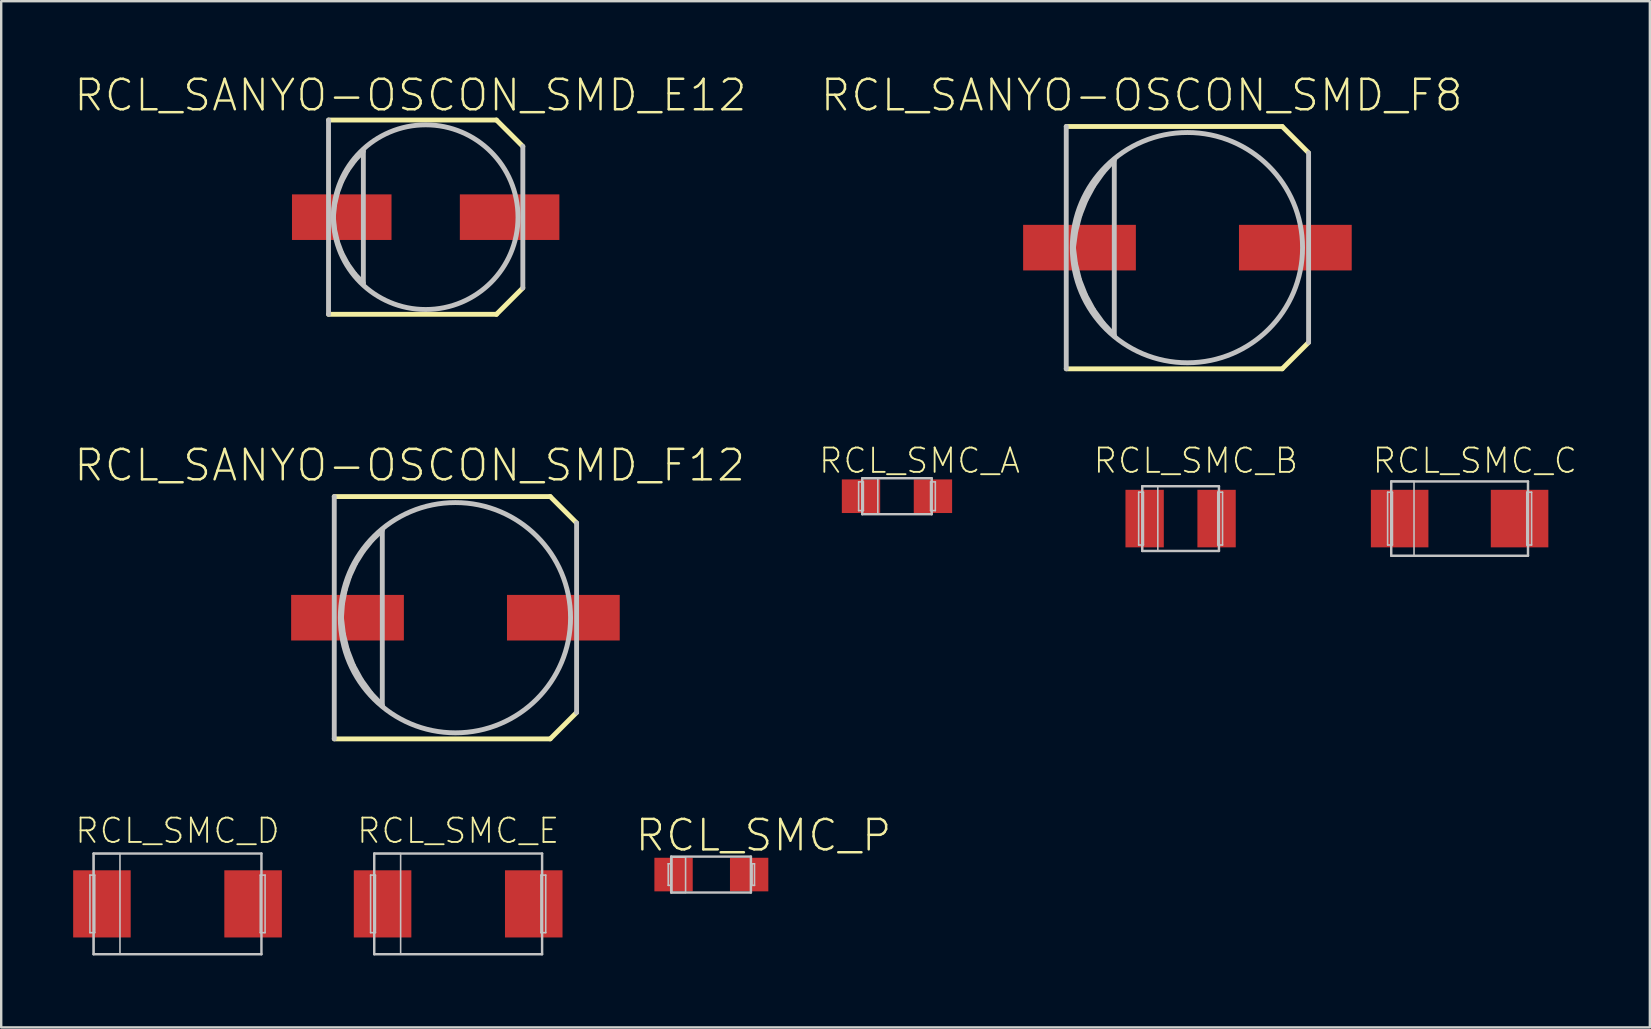
<source format=kicad_pcb>
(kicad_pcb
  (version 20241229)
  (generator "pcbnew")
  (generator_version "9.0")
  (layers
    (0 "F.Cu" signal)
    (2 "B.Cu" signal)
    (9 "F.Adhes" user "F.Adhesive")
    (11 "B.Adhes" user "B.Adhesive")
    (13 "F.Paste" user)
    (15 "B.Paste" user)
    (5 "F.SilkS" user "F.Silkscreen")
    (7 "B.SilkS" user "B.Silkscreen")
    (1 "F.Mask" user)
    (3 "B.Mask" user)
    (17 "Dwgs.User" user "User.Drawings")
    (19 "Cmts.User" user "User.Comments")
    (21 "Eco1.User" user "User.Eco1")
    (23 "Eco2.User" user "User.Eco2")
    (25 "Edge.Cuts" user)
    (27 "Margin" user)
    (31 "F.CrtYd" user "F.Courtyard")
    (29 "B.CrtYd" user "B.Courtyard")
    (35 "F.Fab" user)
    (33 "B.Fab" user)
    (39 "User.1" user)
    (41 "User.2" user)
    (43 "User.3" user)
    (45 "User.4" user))
  (footprint "RCL_SMC_A"
    (layer "F.Cu")
    (at 34.333 17.631)
    (property "Reference" "RCL_SMC_A" (at 0.94 -1.481 0) (layer "F.SilkS") (effects (font (size 1.016 1.016) (thickness 0.076))))
    (attr smd)
    (fp_line (start -1.598 -0.599) (end -1.4 -0.599) (stroke (width 0.066) (type solid)) (layer "Dwgs.User"))
    (fp_line (start -1.598 0.599) (end -1.598 -0.599) (stroke (width 0.066) (type solid)) (layer "Dwgs.User"))
    (fp_line (start -1.598 0.599) (end -1.4 0.599) (stroke (width 0.066) (type solid)) (layer "Dwgs.User"))
    (fp_line (start -1.448 -0.749) (end -0.798 -0.749) (stroke (width 0.066) (type solid)) (layer "Dwgs.User"))
    (fp_line (start -1.448 -0.749) (end 1.448 -0.749) (stroke (width 0.102) (type solid)) (layer "Dwgs.User"))
    (fp_line (start -1.448 0.749) (end -1.448 -0.749) (stroke (width 0.066) (type solid)) (layer "Dwgs.User"))
    (fp_line (start -1.448 0.749) (end -1.448 -0.749) (stroke (width 0.102) (type solid)) (layer "Dwgs.User"))
    (fp_line (start -1.448 0.749) (end -0.798 0.749) (stroke (width 0.066) (type solid)) (layer "Dwgs.User"))
    (fp_line (start -1.4 0.599) (end -1.4 -0.599) (stroke (width 0.066) (type solid)) (layer "Dwgs.User"))
    (fp_line (start -0.798 0.749) (end -0.798 -0.749) (stroke (width 0.066) (type solid)) (layer "Dwgs.User"))
    (fp_line (start 1.4 -0.599) (end 1.598 -0.599) (stroke (width 0.066) (type solid)) (layer "Dwgs.User"))
    (fp_line (start 1.4 0.599) (end 1.4 -0.599) (stroke (width 0.066) (type solid)) (layer "Dwgs.User"))
    (fp_line (start 1.4 0.599) (end 1.598 0.599) (stroke (width 0.066) (type solid)) (layer "Dwgs.User"))
    (fp_line (start 1.448 -0.749) (end 1.448 0.749) (stroke (width 0.102) (type solid)) (layer "Dwgs.User"))
    (fp_line (start 1.448 0.749) (end -1.448 0.749) (stroke (width 0.102) (type solid)) (layer "Dwgs.User"))
    (fp_line (start 1.598 0.599) (end 1.598 -0.599) (stroke (width 0.066) (type solid)) (layer "Dwgs.User"))
    (pad "+" smd rect (at -1.499 0) (size 1.598 1.4) (layers "F.Cu" "F.Mask" "F.Paste"))
    (pad "-" smd rect (at 1.499 0 180) (size 1.598 1.4) (layers "F.Cu" "F.Mask" "F.Paste")))
  (footprint "RCL_SANYO-OSCON_SMD_F12"
    (layer "F.Cu")
    (at 15.931 22.694)
    (property "Reference" "RCL_SANYO-OSCON_SMD_F12" (at -1.905 -6.35 0) (layer "F.SilkS") (effects (font (size 1.27 1.27) (thickness 0.102))))
    (attr smd)
    (fp_line (start -5.05 -5.05) (end 3.95 -5.05) (stroke (width 0.203) (type solid)) (layer "F.SilkS"))
    (fp_line (start 3.95 -5.05) (end 5.05 -3.95) (stroke (width 0.203) (type solid)) (layer "F.SilkS"))
    (fp_line (start 3.95 5.05) (end -5.05 5.05) (stroke (width 0.203) (type solid)) (layer "F.SilkS"))
    (fp_line (start 5.05 3.95) (end 3.95 5.05) (stroke (width 0.203) (type solid)) (layer "F.SilkS"))
    (fp_line (start -5.05 5.05) (end -5.05 -5.05) (stroke (width 0.203) (type solid)) (layer "Dwgs.User"))
    (fp_line (start -4.75 0) (end -4.669 0.681) (stroke (width 0.203) (type solid)) (layer "Dwgs.User"))
    (fp_line (start -4.707 -0.589) (end -4.75 0) (stroke (width 0.203) (type solid)) (layer "Dwgs.User"))
    (fp_line (start -4.669 0.681) (end -4.503 1.349) (stroke (width 0.203) (type solid)) (layer "Dwgs.User"))
    (fp_line (start -4.592 -1.171) (end -4.707 -0.589) (stroke (width 0.203) (type solid)) (layer "Dwgs.User"))
    (fp_line (start -4.503 1.349) (end -4.255 1.989) (stroke (width 0.203) (type solid)) (layer "Dwgs.User"))
    (fp_line (start -4.409 -1.735) (end -4.592 -1.171) (stroke (width 0.203) (type solid)) (layer "Dwgs.User"))
    (fp_line (start -4.255 1.989) (end -3.924 2.593) (stroke (width 0.203) (type solid)) (layer "Dwgs.User"))
    (fp_line (start -4.161 -2.271) (end -4.409 -1.735) (stroke (width 0.203) (type solid)) (layer "Dwgs.User"))
    (fp_line (start -3.924 2.593) (end -3.52 3.15) (stroke (width 0.203) (type solid)) (layer "Dwgs.User"))
    (fp_line (start -3.846 -2.774) (end -4.161 -2.271) (stroke (width 0.203) (type solid)) (layer "Dwgs.User"))
    (fp_line (start -3.52 3.15) (end -3.048 3.65) (stroke (width 0.203) (type solid)) (layer "Dwgs.User"))
    (fp_line (start -3.475 -3.236) (end -3.846 -2.774) (stroke (width 0.203) (type solid)) (layer "Dwgs.User"))
    (fp_line (start -3.048 -3.65) (end -3.475 -3.236) (stroke (width 0.203) (type solid)) (layer "Dwgs.User"))
    (fp_line (start -3.048 3.65) (end -3.048 -3.65) (stroke (width 0.203) (type solid)) (layer "Dwgs.User"))
    (fp_line (start 5.05 -3.95) (end 5.05 3.95) (stroke (width 0.203) (type solid)) (layer "Dwgs.User"))
    (fp_circle (center 0 0) (end 0 -4.798) (stroke (width 0.203) (type solid)) (fill no) (layer "Dwgs.User"))
    (pad "+" smd rect (at 4.498 0) (size 4.699 1.9) (layers "F.Cu" "F.Mask" "F.Paste"))
    (pad "-" smd rect (at -4.498 0) (size 4.699 1.9) (layers "F.Cu" "F.Mask" "F.Paste")))
  (footprint "RCL_SMC_E"
    (layer "F.Cu")
    (at 16.045 34.621)
    (property "Reference" "RCL_SMC_E" (at 0 -3.048 0) (layer "F.SilkS") (effects (font (size 1.016 1.016) (thickness 0.076))))
    (attr smd)
    (fp_line (start -3.65 -1.199) (end -3.449 -1.199) (stroke (width 0.066) (type solid)) (layer "Dwgs.User"))
    (fp_line (start -3.65 1.199) (end -3.65 -1.199) (stroke (width 0.066) (type solid)) (layer "Dwgs.User"))
    (fp_line (start -3.65 1.199) (end -3.449 1.199) (stroke (width 0.066) (type solid)) (layer "Dwgs.User"))
    (fp_line (start -3.498 -2.098) (end -2.398 -2.098) (stroke (width 0.066) (type solid)) (layer "Dwgs.User"))
    (fp_line (start -3.498 -2.098) (end 3.498 -2.098) (stroke (width 0.102) (type solid)) (layer "Dwgs.User"))
    (fp_line (start -3.498 2.098) (end -3.498 -2.098) (stroke (width 0.066) (type solid)) (layer "Dwgs.User"))
    (fp_line (start -3.498 2.098) (end -3.498 -2.098) (stroke (width 0.102) (type solid)) (layer "Dwgs.User"))
    (fp_line (start -3.498 2.098) (end -2.398 2.098) (stroke (width 0.066) (type solid)) (layer "Dwgs.User"))
    (fp_line (start -3.449 1.199) (end -3.449 -1.199) (stroke (width 0.066) (type solid)) (layer "Dwgs.User"))
    (fp_line (start -2.398 2.098) (end -2.398 -2.098) (stroke (width 0.066) (type solid)) (layer "Dwgs.User"))
    (fp_line (start 3.449 -1.199) (end 3.65 -1.199) (stroke (width 0.066) (type solid)) (layer "Dwgs.User"))
    (fp_line (start 3.449 1.199) (end 3.449 -1.199) (stroke (width 0.066) (type solid)) (layer "Dwgs.User"))
    (fp_line (start 3.449 1.199) (end 3.65 1.199) (stroke (width 0.066) (type solid)) (layer "Dwgs.User"))
    (fp_line (start 3.498 -2.098) (end 3.498 2.098) (stroke (width 0.102) (type solid)) (layer "Dwgs.User"))
    (fp_line (start 3.498 2.098) (end -3.498 2.098) (stroke (width 0.102) (type solid)) (layer "Dwgs.User"))
    (fp_line (start 3.65 1.199) (end 3.65 -1.199) (stroke (width 0.066) (type solid)) (layer "Dwgs.User"))
    (pad "+" smd rect (at -3.15 0) (size 2.398 2.799) (layers "F.Cu" "F.Mask" "F.Paste"))
    (pad "-" smd rect (at 3.15 0 180) (size 2.398 2.799) (layers "F.Cu" "F.Mask" "F.Paste")))
  (footprint "RCL_SMC_C"
    (layer "F.Cu")
    (at 57.782 18.563)
    (property "Reference" "RCL_SMC_C" (at 0.635 -2.413 0) (layer "F.SilkS") (effects (font (size 1.016 1.016) (thickness 0.076))))
    (attr smd)
    (fp_line (start -3 -1.1) (end -2.799 -1.1) (stroke (width 0.066) (type solid)) (layer "Dwgs.User"))
    (fp_line (start -3 1.1) (end -3 -1.1) (stroke (width 0.066) (type solid)) (layer "Dwgs.User"))
    (fp_line (start -3 1.1) (end -2.799 1.1) (stroke (width 0.066) (type solid)) (layer "Dwgs.User"))
    (fp_line (start -2.85 -1.549) (end -1.9 -1.549) (stroke (width 0.066) (type solid)) (layer "Dwgs.User"))
    (fp_line (start -2.85 -1.549) (end 2.85 -1.549) (stroke (width 0.102) (type solid)) (layer "Dwgs.User"))
    (fp_line (start -2.85 1.549) (end -2.85 -1.549) (stroke (width 0.066) (type solid)) (layer "Dwgs.User"))
    (fp_line (start -2.85 1.549) (end -2.85 -1.549) (stroke (width 0.102) (type solid)) (layer "Dwgs.User"))
    (fp_line (start -2.85 1.549) (end -1.9 1.549) (stroke (width 0.066) (type solid)) (layer "Dwgs.User"))
    (fp_line (start -2.799 1.1) (end -2.799 -1.1) (stroke (width 0.066) (type solid)) (layer "Dwgs.User"))
    (fp_line (start -1.9 1.549) (end -1.9 -1.549) (stroke (width 0.066) (type solid)) (layer "Dwgs.User"))
    (fp_line (start 2.799 -1.1) (end 3 -1.1) (stroke (width 0.066) (type solid)) (layer "Dwgs.User"))
    (fp_line (start 2.799 1.1) (end 2.799 -1.1) (stroke (width 0.066) (type solid)) (layer "Dwgs.User"))
    (fp_line (start 2.799 1.1) (end 3 1.1) (stroke (width 0.066) (type solid)) (layer "Dwgs.User"))
    (fp_line (start 2.85 -1.549) (end 2.85 1.549) (stroke (width 0.102) (type solid)) (layer "Dwgs.User"))
    (fp_line (start 2.85 1.549) (end -2.85 1.549) (stroke (width 0.102) (type solid)) (layer "Dwgs.User"))
    (fp_line (start 3 1.1) (end 3 -1.1) (stroke (width 0.066) (type solid)) (layer "Dwgs.User"))
    (pad "+" smd rect (at -2.499 0) (size 2.398 2.398) (layers "F.Cu" "F.Mask" "F.Paste"))
    (pad "-" smd rect (at 2.499 0 180) (size 2.398 2.398) (layers "F.Cu" "F.Mask" "F.Paste")))
  (footprint "RCL_SANYO-OSCON_SMD_F8"
    (layer "F.Cu")
    (at 46.438 7.271)
    (property "Reference" "RCL_SANYO-OSCON_SMD_F8" (at -1.905 -6.35 0) (layer "F.SilkS") (effects (font (size 1.27 1.27) (thickness 0.102))))
    (attr smd)
    (fp_line (start -5.05 -5.05) (end 3.95 -5.05) (stroke (width 0.203) (type solid)) (layer "F.SilkS"))
    (fp_line (start 3.95 -5.05) (end 5.05 -3.95) (stroke (width 0.203) (type solid)) (layer "F.SilkS"))
    (fp_line (start 3.95 5.05) (end -5.05 5.05) (stroke (width 0.203) (type solid)) (layer "F.SilkS"))
    (fp_line (start 5.05 3.95) (end 3.95 5.05) (stroke (width 0.203) (type solid)) (layer "F.SilkS"))
    (fp_line (start -5.05 5.05) (end -5.05 -5.05) (stroke (width 0.203) (type solid)) (layer "Dwgs.User"))
    (fp_line (start -4.75 0) (end -4.663 0.681) (stroke (width 0.203) (type solid)) (layer "Dwgs.User"))
    (fp_line (start -4.663 0.681) (end -4.496 1.346) (stroke (width 0.203) (type solid)) (layer "Dwgs.User"))
    (fp_line (start -4.656 -0.678) (end -4.75 0) (stroke (width 0.203) (type solid)) (layer "Dwgs.User"))
    (fp_line (start -4.496 1.346) (end -4.244 1.986) (stroke (width 0.203) (type solid)) (layer "Dwgs.User"))
    (fp_line (start -4.483 -1.341) (end -4.656 -0.678) (stroke (width 0.203) (type solid)) (layer "Dwgs.User"))
    (fp_line (start -4.244 1.986) (end -3.917 2.588) (stroke (width 0.203) (type solid)) (layer "Dwgs.User"))
    (fp_line (start -4.232 -1.979) (end -4.483 -1.341) (stroke (width 0.203) (type solid)) (layer "Dwgs.User"))
    (fp_line (start -3.917 2.588) (end -3.515 3.145) (stroke (width 0.203) (type solid)) (layer "Dwgs.User"))
    (fp_line (start -3.907 -2.581) (end -4.232 -1.979) (stroke (width 0.203) (type solid)) (layer "Dwgs.User"))
    (fp_line (start -3.515 3.145) (end -3.048 3.65) (stroke (width 0.203) (type solid)) (layer "Dwgs.User"))
    (fp_line (start -3.51 -3.142) (end -3.907 -2.581) (stroke (width 0.203) (type solid)) (layer "Dwgs.User"))
    (fp_line (start -3.048 -3.65) (end -3.51 -3.142) (stroke (width 0.203) (type solid)) (layer "Dwgs.User"))
    (fp_line (start -3.048 3.65) (end -3.048 -3.65) (stroke (width 0.203) (type solid)) (layer "Dwgs.User"))
    (fp_line (start 5.05 -3.95) (end 5.05 3.95) (stroke (width 0.203) (type solid)) (layer "Dwgs.User"))
    (fp_circle (center 0 0) (end 0 -4.798) (stroke (width 0.203) (type solid)) (fill no) (layer "Dwgs.User"))
    (pad "+" smd rect (at 4.498 0) (size 4.699 1.9) (layers "F.Cu" "F.Mask" "F.Paste"))
    (pad "-" smd rect (at -4.498 0) (size 4.699 1.9) (layers "F.Cu" "F.Mask" "F.Paste")))
  (footprint "RCL_SANYO-OSCON_SMD_E12"
    (layer "F.Cu")
    (at 14.691 6.001)
    (property "Reference" "RCL_SANYO-OSCON_SMD_E12" (at -0.635 -5.08 0) (layer "F.SilkS") (effects (font (size 1.27 1.27) (thickness 0.102))))
    (attr smd)
    (fp_line (start -4.049 -4.049) (end 2.949 -4.049) (stroke (width 0.203) (type solid)) (layer "F.SilkS"))
    (fp_line (start 2.949 -4.049) (end 4.049 -2.949) (stroke (width 0.203) (type solid)) (layer "F.SilkS"))
    (fp_line (start 2.949 4.049) (end -4.049 4.049) (stroke (width 0.203) (type solid)) (layer "F.SilkS"))
    (fp_line (start 4.049 2.949) (end 2.949 4.049) (stroke (width 0.203) (type solid)) (layer "F.SilkS"))
    (fp_line (start -4.049 4.049) (end -4.049 -4.049) (stroke (width 0.203) (type solid)) (layer "Dwgs.User"))
    (fp_line (start -3.848 0) (end -3.797 0.513) (stroke (width 0.203) (type solid)) (layer "Dwgs.User"))
    (fp_line (start -3.797 -0.513) (end -3.848 0) (stroke (width 0.203) (type solid)) (layer "Dwgs.User"))
    (fp_line (start -3.797 0.513) (end -3.68 1.016) (stroke (width 0.203) (type solid)) (layer "Dwgs.User"))
    (fp_line (start -3.68 -1.016) (end -3.797 -0.513) (stroke (width 0.203) (type solid)) (layer "Dwgs.User"))
    (fp_line (start -3.68 1.016) (end -3.498 1.499) (stroke (width 0.203) (type solid)) (layer "Dwgs.User"))
    (fp_line (start -3.498 -1.499) (end -3.68 -1.016) (stroke (width 0.203) (type solid)) (layer "Dwgs.User"))
    (fp_line (start -3.498 1.499) (end -3.254 1.953) (stroke (width 0.203) (type solid)) (layer "Dwgs.User"))
    (fp_line (start -3.254 -1.953) (end -3.498 -1.499) (stroke (width 0.203) (type solid)) (layer "Dwgs.User"))
    (fp_line (start -3.254 1.953) (end -2.954 2.372) (stroke (width 0.203) (type solid)) (layer "Dwgs.User"))
    (fp_line (start -2.954 2.372) (end -2.598 2.748) (stroke (width 0.203) (type solid)) (layer "Dwgs.User"))
    (fp_line (start -2.951 -2.372) (end -3.254 -1.953) (stroke (width 0.203) (type solid)) (layer "Dwgs.User"))
    (fp_line (start -2.598 -2.748) (end -2.951 -2.372) (stroke (width 0.203) (type solid)) (layer "Dwgs.User"))
    (fp_line (start -2.598 2.748) (end -2.598 -2.748) (stroke (width 0.203) (type solid)) (layer "Dwgs.User"))
    (fp_line (start 4.049 -2.949) (end 4.049 2.949) (stroke (width 0.203) (type solid)) (layer "Dwgs.User"))
    (fp_circle (center 0 0) (end 0 -3.848) (stroke (width 0.203) (type solid)) (fill no) (layer "Dwgs.User"))
    (pad "+" smd rect (at 3.498 0) (size 4.148 1.9) (layers "F.Cu" "F.Mask" "F.Paste"))
    (pad "-" smd rect (at -3.498 0) (size 4.148 1.9) (layers "F.Cu" "F.Mask" "F.Paste")))
  (footprint "RCL_SMC_D"
    (layer "F.Cu")
    (at 4.348 34.621)
    (property "Reference" "RCL_SMC_D" (at 0 -3.048 0) (layer "F.SilkS") (effects (font (size 1.016 1.016) (thickness 0.076))))
    (attr smd)
    (fp_line (start -3.65 -1.199) (end -3.449 -1.199) (stroke (width 0.066) (type solid)) (layer "Dwgs.User"))
    (fp_line (start -3.65 1.199) (end -3.65 -1.199) (stroke (width 0.066) (type solid)) (layer "Dwgs.User"))
    (fp_line (start -3.65 1.199) (end -3.449 1.199) (stroke (width 0.066) (type solid)) (layer "Dwgs.User"))
    (fp_line (start -3.498 -2.098) (end -2.398 -2.098) (stroke (width 0.066) (type solid)) (layer "Dwgs.User"))
    (fp_line (start -3.498 -2.098) (end 3.498 -2.098) (stroke (width 0.102) (type solid)) (layer "Dwgs.User"))
    (fp_line (start -3.498 2.098) (end -3.498 -2.098) (stroke (width 0.066) (type solid)) (layer "Dwgs.User"))
    (fp_line (start -3.498 2.098) (end -3.498 -2.098) (stroke (width 0.102) (type solid)) (layer "Dwgs.User"))
    (fp_line (start -3.498 2.098) (end -2.398 2.098) (stroke (width 0.066) (type solid)) (layer "Dwgs.User"))
    (fp_line (start -3.449 1.199) (end -3.449 -1.199) (stroke (width 0.066) (type solid)) (layer "Dwgs.User"))
    (fp_line (start -2.398 2.098) (end -2.398 -2.098) (stroke (width 0.066) (type solid)) (layer "Dwgs.User"))
    (fp_line (start 3.449 -1.199) (end 3.65 -1.199) (stroke (width 0.066) (type solid)) (layer "Dwgs.User"))
    (fp_line (start 3.449 1.199) (end 3.449 -1.199) (stroke (width 0.066) (type solid)) (layer "Dwgs.User"))
    (fp_line (start 3.449 1.199) (end 3.65 1.199) (stroke (width 0.066) (type solid)) (layer "Dwgs.User"))
    (fp_line (start 3.498 -2.098) (end 3.498 2.098) (stroke (width 0.102) (type solid)) (layer "Dwgs.User"))
    (fp_line (start 3.498 2.098) (end -3.498 2.098) (stroke (width 0.102) (type solid)) (layer "Dwgs.User"))
    (fp_line (start 3.65 1.199) (end 3.65 -1.199) (stroke (width 0.066) (type solid)) (layer "Dwgs.User"))
    (pad "+" smd rect (at -3.15 0) (size 2.398 2.799) (layers "F.Cu" "F.Mask" "F.Paste"))
    (pad "-" smd rect (at 3.15 0 180) (size 2.398 2.799) (layers "F.Cu" "F.Mask" "F.Paste")))
  (footprint "RCL_SMC_P"
    (layer "F.Cu")
    (at 26.597 33.399)
    (property "Reference" "RCL_SMC_P" (at 2.174 -1.633 0) (layer "F.SilkS") (effects (font (size 1.27 1.27) (thickness 0.102))))
    (attr smd)
    (fp_line (start -1.798 -0.45) (end -1.699 -0.45) (stroke (width 0.066) (type solid)) (layer "Dwgs.User"))
    (fp_line (start -1.798 0.45) (end -1.798 -0.45) (stroke (width 0.066) (type solid)) (layer "Dwgs.User"))
    (fp_line (start -1.798 0.45) (end -1.699 0.45) (stroke (width 0.066) (type solid)) (layer "Dwgs.User"))
    (fp_line (start -1.699 0.45) (end -1.699 -0.45) (stroke (width 0.066) (type solid)) (layer "Dwgs.User"))
    (fp_line (start -1.674 -0.749) (end -1.674 0.749) (stroke (width 0.102) (type solid)) (layer "Dwgs.User"))
    (fp_line (start -1.674 -0.749) (end 1.648 -0.749) (stroke (width 0.102) (type solid)) (layer "Dwgs.User"))
    (fp_line (start -1.648 -0.724) (end -1.074 -0.724) (stroke (width 0.066) (type solid)) (layer "Dwgs.User"))
    (fp_line (start -1.648 0.749) (end -1.648 -0.724) (stroke (width 0.066) (type solid)) (layer "Dwgs.User"))
    (fp_line (start -1.648 0.749) (end -1.074 0.749) (stroke (width 0.066) (type solid)) (layer "Dwgs.User"))
    (fp_line (start -1.074 0.749) (end -1.074 -0.724) (stroke (width 0.066) (type solid)) (layer "Dwgs.User"))
    (fp_line (start 1.648 0.749) (end -1.674 0.749) (stroke (width 0.102) (type solid)) (layer "Dwgs.User"))
    (fp_line (start 1.648 0.749) (end 1.648 -0.749) (stroke (width 0.102) (type solid)) (layer "Dwgs.User"))
    (fp_line (start 1.699 -0.45) (end 1.798 -0.45) (stroke (width 0.066) (type solid)) (layer "Dwgs.User"))
    (fp_line (start 1.699 0.45) (end 1.699 -0.45) (stroke (width 0.066) (type solid)) (layer "Dwgs.User"))
    (fp_line (start 1.699 0.45) (end 1.798 0.45) (stroke (width 0.066) (type solid)) (layer "Dwgs.User"))
    (fp_line (start 1.798 0.45) (end 1.798 -0.45) (stroke (width 0.066) (type solid)) (layer "Dwgs.User"))
    (pad "+" smd rect (at -1.575 0) (size 1.598 1.4) (layers "F.Cu" "F.Mask" "F.Paste"))
    (pad "-" smd rect (at 1.575 0 180) (size 1.598 1.4) (layers "F.Cu" "F.Mask" "F.Paste")))
  (footprint "RCL_SMC_B"
    (layer "F.Cu")
    (at 46.154 18.563)
    (property "Reference" "RCL_SMC_B" (at 0.635 -2.413 0) (layer "F.SilkS") (effects (font (size 1.016 1.016) (thickness 0.076))))
    (attr smd)
    (fp_line (start -1.748 -1.1) (end -1.549 -1.1) (stroke (width 0.066) (type solid)) (layer "Dwgs.User"))
    (fp_line (start -1.748 1.1) (end -1.748 -1.1) (stroke (width 0.066) (type solid)) (layer "Dwgs.User"))
    (fp_line (start -1.748 1.1) (end -1.549 1.1) (stroke (width 0.066) (type solid)) (layer "Dwgs.User"))
    (fp_line (start -1.598 -1.349) (end -0.95 -1.349) (stroke (width 0.066) (type solid)) (layer "Dwgs.User"))
    (fp_line (start -1.598 -1.349) (end 1.598 -1.349) (stroke (width 0.102) (type solid)) (layer "Dwgs.User"))
    (fp_line (start -1.598 1.349) (end -1.598 -1.349) (stroke (width 0.066) (type solid)) (layer "Dwgs.User"))
    (fp_line (start -1.598 1.349) (end -1.598 -1.349) (stroke (width 0.102) (type solid)) (layer "Dwgs.User"))
    (fp_line (start -1.598 1.349) (end -0.95 1.349) (stroke (width 0.066) (type solid)) (layer "Dwgs.User"))
    (fp_line (start -1.549 1.1) (end -1.549 -1.1) (stroke (width 0.066) (type solid)) (layer "Dwgs.User"))
    (fp_line (start -0.95 1.349) (end -0.95 -1.349) (stroke (width 0.066) (type solid)) (layer "Dwgs.User"))
    (fp_line (start 1.549 -1.1) (end 1.748 -1.1) (stroke (width 0.066) (type solid)) (layer "Dwgs.User"))
    (fp_line (start 1.549 1.1) (end 1.549 -1.1) (stroke (width 0.066) (type solid)) (layer "Dwgs.User"))
    (fp_line (start 1.549 1.1) (end 1.748 1.1) (stroke (width 0.066) (type solid)) (layer "Dwgs.User"))
    (fp_line (start 1.598 -1.349) (end 1.598 1.349) (stroke (width 0.102) (type solid)) (layer "Dwgs.User"))
    (fp_line (start 1.598 1.349) (end -1.598 1.349) (stroke (width 0.102) (type solid)) (layer "Dwgs.User"))
    (fp_line (start 1.748 1.1) (end 1.748 -1.1) (stroke (width 0.066) (type solid)) (layer "Dwgs.User"))
    (pad "+" smd rect (at -1.499 0) (size 1.598 2.398) (layers "F.Cu" "F.Mask" "F.Paste"))
    (pad "-" smd rect (at 1.499 0 180) (size 1.598 2.398) (layers "F.Cu" "F.Mask" "F.Paste")))
  (gr_rect
    (start -3 -3)
    (end 65.711 39.77)
    (stroke (width 0.1) (type default))
    (fill no)
    (layer "Edge.Cuts")))
</source>
